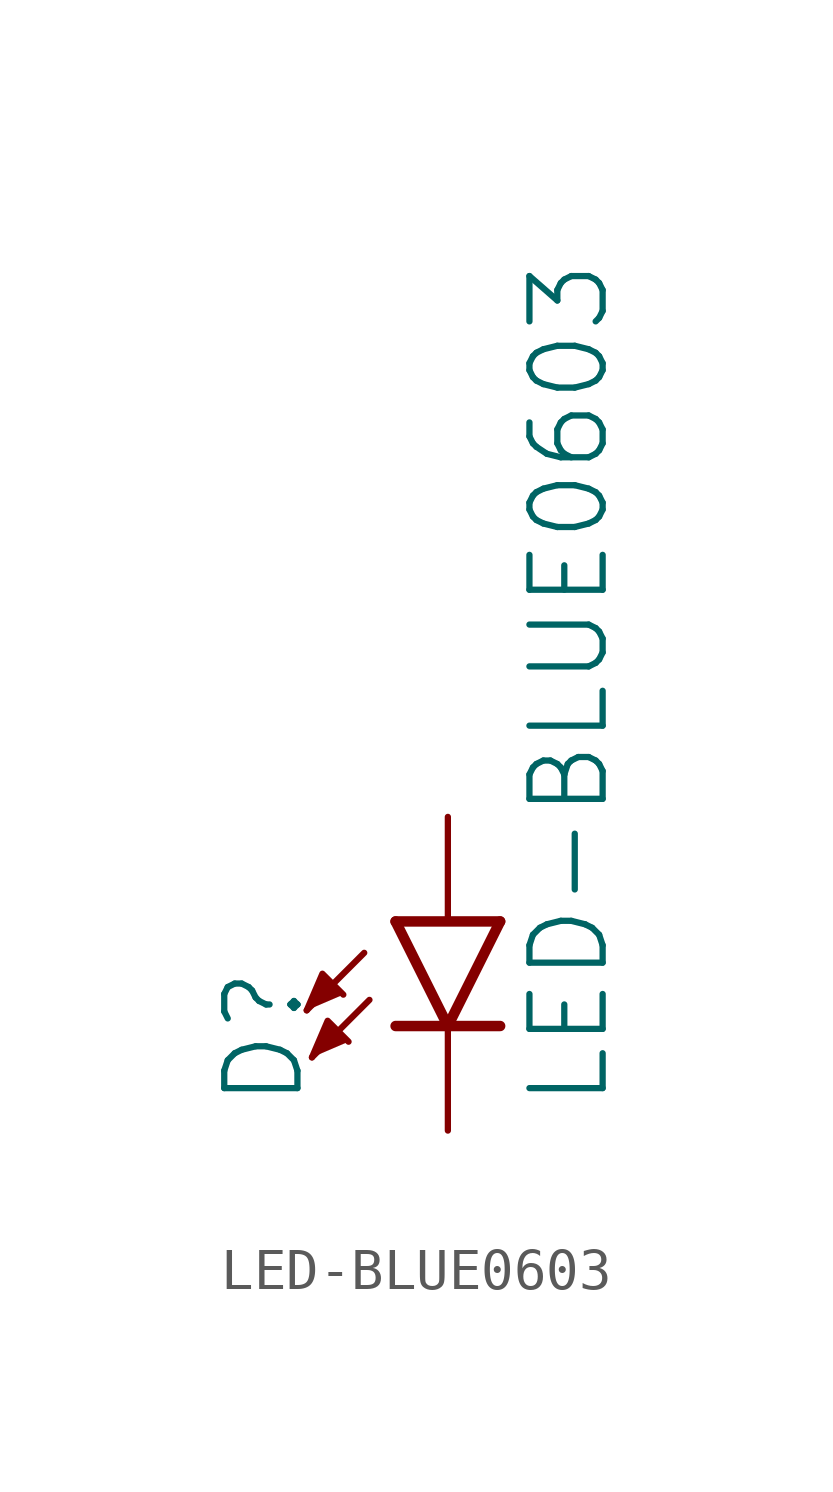
<source format=kicad_sym>
(kicad_symbol_lib
  (version 20211014)
  (generator kicad_symbol_editor)
  (symbol "LED-BLUE0603"
    (property "Reference" "D"
      (at -3.429 -4.572 90)
      (effects (font (size 1.778 1.778)) (justify left bottom)))
    (property "Value" "LED-BLUE0603"
      (at 1.905 -4.572 90)
      (effects (font (size 1.778 1.778)) (justify left top)))
    (property "ki_locked" ""
      (at 0 0 0)
      (effects (font (size 1.27 1.27))))
    (symbol "LED-BLUE0603_1_0"
      (polyline (pts (xy -2.032 -0.762) (xy -3.429 -2.159)) (stroke (width 0.152) (type default) (color 0 0 0 0)) (fill (type none)))
      (polyline (pts (xy -1.905 -1.905) (xy -3.302 -3.302)) (stroke (width 0.152) (type default) (color 0 0 0 0)) (fill (type none)))
      (polyline (pts (xy 0 -2.54) (xy -1.27 -2.54)) (stroke (width 0.254) (type default) (color 0 0 0 0)) (fill (type none)))
      (polyline (pts (xy 0 -2.54) (xy -1.27 0)) (stroke (width 0.254) (type default) (color 0 0 0 0)) (fill (type none)))
      (polyline (pts (xy 1.27 -2.54) (xy 0 -2.54)) (stroke (width 0.254) (type default) (color 0 0 0 0)) (fill (type none)))
      (polyline (pts (xy 1.27 0) (xy -1.27 0)) (stroke (width 0.254) (type default) (color 0 0 0 0)) (fill (type none)))
      (polyline (pts (xy 1.27 0) (xy 0 -2.54)) (stroke (width 0.254) (type default) (color 0 0 0 0)) (fill (type none)))
      (polyline (pts (xy -3.429 -2.159) (xy -3.048 -1.27) (xy -2.54 -1.778)) (stroke (width 0) (type default) (color 0 0 0 0)) (fill (type outline)))
      (polyline (pts (xy -3.302 -3.302) (xy -2.921 -2.413) (xy -2.413 -2.921)) (stroke (width 0) (type default) (color 0 0 0 0)) (fill (type outline)))
      (pin passive line (at 0 2.54 270) (length 2.54) (name "A" (effects (font (size 0 0)))) (number "A" (effects (font (size 0 0)))))
      (pin passive line (at 0 -5.08 90) (length 2.54) (name "C" (effects (font (size 0 0)))) (number "C" (effects (font (size 0 0))))))))
</source>
